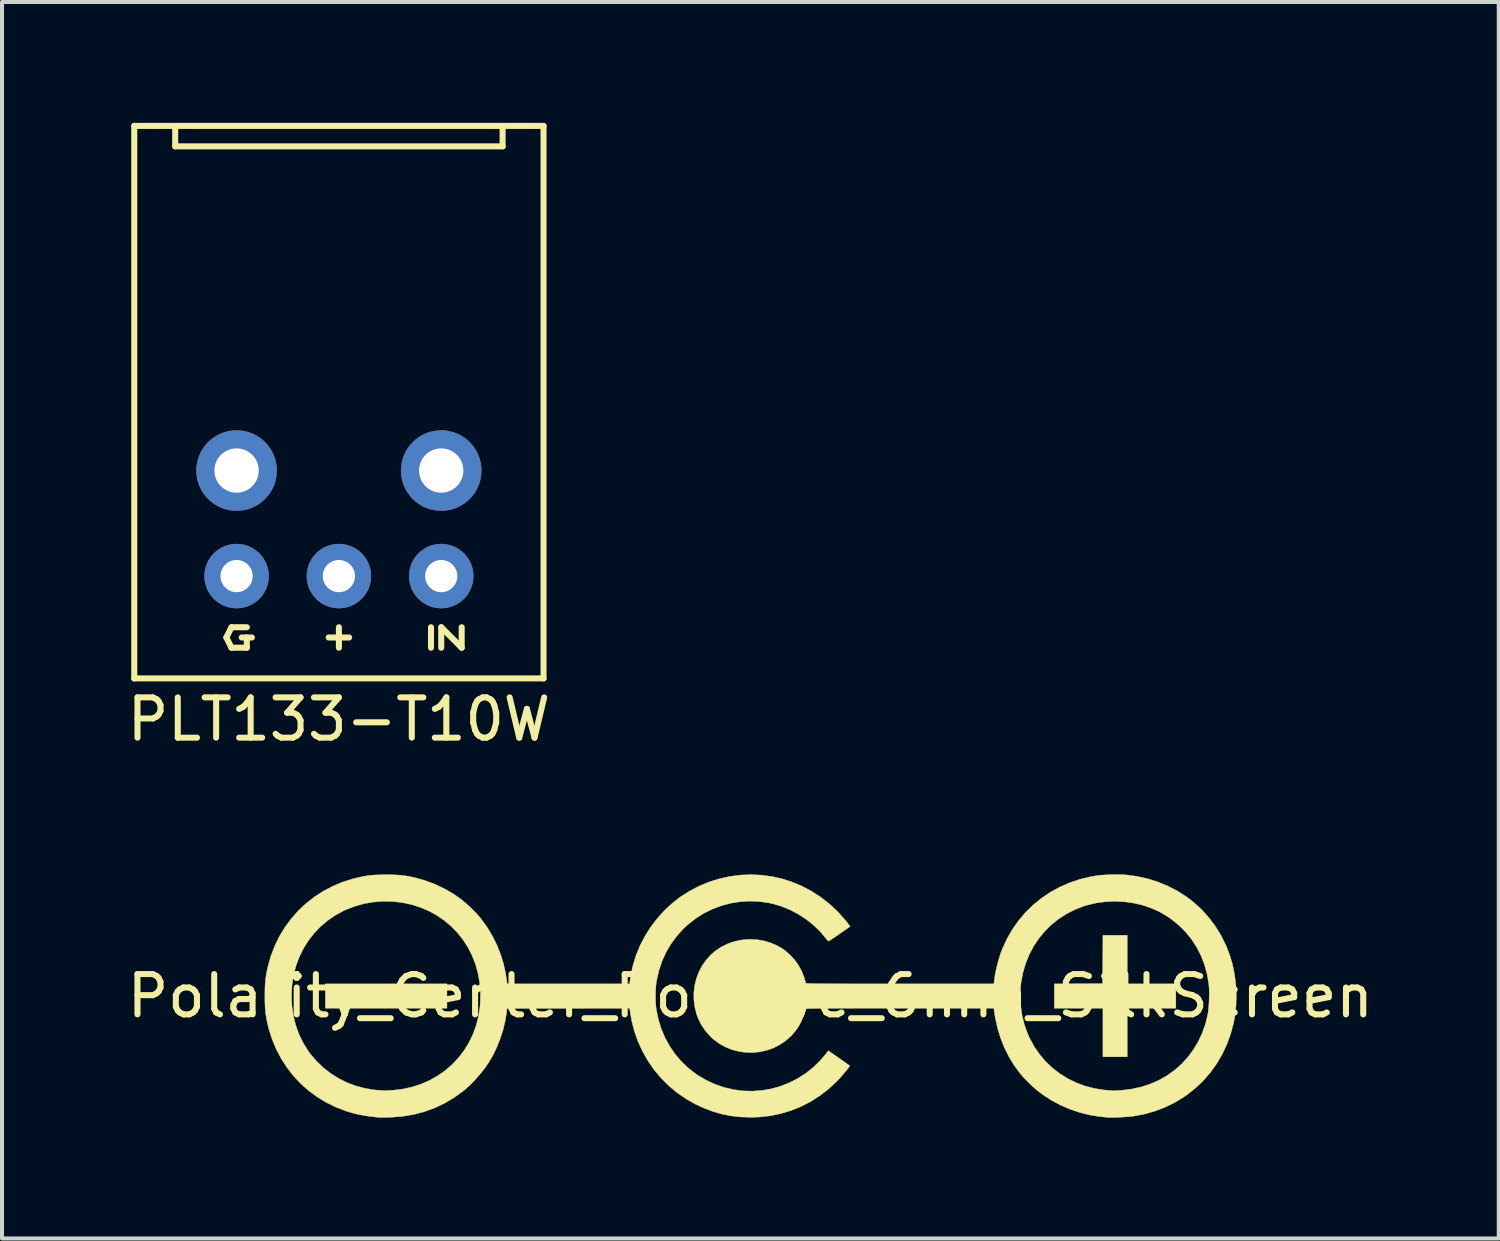
<source format=kicad_pcb>
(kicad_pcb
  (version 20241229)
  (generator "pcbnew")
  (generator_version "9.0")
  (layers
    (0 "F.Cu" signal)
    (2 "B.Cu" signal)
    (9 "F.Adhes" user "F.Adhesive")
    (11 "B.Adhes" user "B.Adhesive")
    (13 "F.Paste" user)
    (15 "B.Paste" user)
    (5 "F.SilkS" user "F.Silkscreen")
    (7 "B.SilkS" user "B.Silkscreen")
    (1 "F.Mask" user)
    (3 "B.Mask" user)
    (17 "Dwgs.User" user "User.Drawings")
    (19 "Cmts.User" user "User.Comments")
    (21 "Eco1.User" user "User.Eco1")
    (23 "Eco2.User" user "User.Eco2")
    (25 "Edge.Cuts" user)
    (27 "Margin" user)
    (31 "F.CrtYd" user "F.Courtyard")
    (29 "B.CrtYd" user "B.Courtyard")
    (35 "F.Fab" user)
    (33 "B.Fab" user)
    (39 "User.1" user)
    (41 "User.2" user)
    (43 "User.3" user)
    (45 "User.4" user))
  (footprint "Polarity_Center_Positive_6mm_SilkScreen"
    (layer "F.Cu")
    (at 15.577 21.676)
    (property "Reference" "Polarity_Center_Positive_6mm_SilkScreen" (at 0 0 0) (layer "F.SilkS") (effects (font (size 1 1) (thickness 0.15))))
    (attr exclude_from_pos_files exclude_from_bom)
    (fp_poly (pts (xy -7.532 0.302) (xy -10.55 0.302) (xy -10.55 -0.302) (xy -7.532 -0.302) (xy -7.532 0.302)) (stroke (width 0.01) (type solid)) (fill yes) (layer "F.SilkS"))
    (fp_poly (pts (xy 9.355 -0.302) (xy 10.562 -0.302) (xy 10.562 0.302) (xy 9.355 0.302) (xy 9.355 1.509) (xy 8.752 1.509) (xy 8.752 0.302) (xy 7.545 0.302) (xy 7.545 -0.302) (xy 8.145 -0.305) (xy 8.745 -0.308) (xy 8.749 -0.908) (xy 8.752 -1.509) (xy 9.355 -1.509) (xy 9.355 -0.302)) (stroke (width 0.01) (type solid)) (fill yes) (layer "F.SilkS"))
    (fp_poly (pts (xy 9.175 -3.015) (xy 9.284 -3.01) (xy 9.337 -3.006) (xy 9.605 -2.97) (xy 9.869 -2.911) (xy 10.125 -2.829) (xy 10.371 -2.727) (xy 10.606 -2.605) (xy 10.827 -2.464) (xy 11.002 -2.329) (xy 11.202 -2.146) (xy 11.382 -1.947) (xy 11.543 -1.733) (xy 11.684 -1.505) (xy 11.803 -1.264) (xy 11.901 -1.012) (xy 11.965 -0.798) (xy 12.018 -0.544) (xy 12.052 -0.282) (xy 12.064 -0.017) (xy 12.056 0.245) (xy 12.027 0.501) (xy 11.995 0.671) (xy 11.923 0.94) (xy 11.83 1.197) (xy 11.715 1.442) (xy 11.581 1.673) (xy 11.426 1.889) (xy 11.252 2.091) (xy 11.06 2.275) (xy 10.85 2.443) (xy 10.762 2.505) (xy 10.53 2.646) (xy 10.288 2.764) (xy 10.035 2.859) (xy 9.771 2.933) (xy 9.515 2.981) (xy 9.451 2.989) (xy 9.371 2.996) (xy 9.282 3.002) (xy 9.188 3.008) (xy 9.095 3.011) (xy 9.008 3.014) (xy 8.933 3.014) (xy 8.874 3.012) (xy 8.852 3.011) (xy 8.821 3.007) (xy 8.773 3.002) (xy 8.714 2.996) (xy 8.676 2.992) (xy 8.428 2.954) (xy 8.179 2.892) (xy 7.933 2.809) (xy 7.695 2.706) (xy 7.466 2.583) (xy 7.252 2.443) (xy 7.123 2.345) (xy 7.041 2.274) (xy 6.951 2.191) (xy 6.861 2.1) (xy 6.775 2.011) (xy 6.703 1.928) (xy 6.694 1.918) (xy 6.548 1.719) (xy 6.417 1.503) (xy 6.303 1.273) (xy 6.208 1.031) (xy 6.132 0.78) (xy 6.077 0.523) (xy 6.066 0.456) (xy 6.044 0.302) (xy 3.713 0.302) (xy 3.419 0.302) (xy 3.148 0.302) (xy 2.901 0.302) (xy 2.677 0.302) (xy 2.474 0.303) (xy 2.291 0.303) (xy 2.129 0.304) (xy 1.985 0.304) (xy 1.859 0.305) (xy 1.749 0.306) (xy 1.656 0.307) (xy 1.578 0.308) (xy 1.515 0.309) (xy 1.464 0.31) (xy 1.426 0.312) (xy 1.4 0.313) (xy 1.384 0.315) (xy 1.378 0.317) (xy 1.378 0.318) (xy 1.327 0.476) (xy 1.271 0.615) (xy 1.207 0.737) (xy 1.133 0.848) (xy 1.046 0.953) (xy 1.007 0.994) (xy 0.871 1.113) (xy 0.724 1.212) (xy 0.567 1.291) (xy 0.402 1.349) (xy 0.232 1.386) (xy 0.058 1.403) (xy -0.115 1.399) (xy -0.288 1.375) (xy -0.456 1.331) (xy -0.618 1.266) (xy -0.772 1.18) (xy -0.915 1.074) (xy -0.997 0.997) (xy -1.119 0.858) (xy -1.218 0.712) (xy -1.295 0.557) (xy -1.327 0.473) (xy -1.375 0.291) (xy -1.4 0.108) (xy -1.402 0.004) (xy 6.702 0.004) (xy 6.713 0.248) (xy 6.745 0.48) (xy 6.8 0.704) (xy 6.878 0.922) (xy 6.935 1.05) (xy 7.048 1.258) (xy 7.181 1.45) (xy 7.331 1.626) (xy 7.498 1.785) (xy 7.681 1.926) (xy 7.877 2.048) (xy 8.086 2.151) (xy 8.306 2.233) (xy 8.536 2.293) (xy 8.775 2.331) (xy 8.915 2.343) (xy 8.96 2.346) (xy 9 2.348) (xy 9.016 2.349) (xy 9.04 2.349) (xy 9.083 2.347) (xy 9.14 2.344) (xy 9.205 2.34) (xy 9.219 2.339) (xy 9.466 2.309) (xy 9.703 2.257) (xy 9.929 2.183) (xy 10.143 2.089) (xy 10.343 1.975) (xy 10.53 1.841) (xy 10.702 1.69) (xy 10.857 1.522) (xy 10.995 1.337) (xy 11.115 1.137) (xy 11.216 0.923) (xy 11.297 0.695) (xy 11.349 0.49) (xy 11.365 0.396) (xy 11.377 0.284) (xy 11.386 0.16) (xy 11.391 0.033) (xy 11.392 -0.091) (xy 11.388 -0.205) (xy 11.38 -0.298) (xy 11.338 -0.545) (xy 11.274 -0.779) (xy 11.188 -1.002) (xy 11.08 -1.212) (xy 10.952 -1.409) (xy 10.803 -1.592) (xy 10.634 -1.76) (xy 10.445 -1.913) (xy 10.361 -1.971) (xy 10.169 -2.085) (xy 9.963 -2.179) (xy 9.747 -2.253) (xy 9.522 -2.307) (xy 9.291 -2.34) (xy 9.058 -2.352) (xy 8.824 -2.343) (xy 8.592 -2.312) (xy 8.366 -2.259) (xy 8.274 -2.231) (xy 8.05 -2.144) (xy 7.841 -2.036) (xy 7.645 -1.909) (xy 7.465 -1.764) (xy 7.302 -1.601) (xy 7.156 -1.423) (xy 7.028 -1.23) (xy 6.92 -1.024) (xy 6.832 -0.805) (xy 6.765 -0.575) (xy 6.72 -0.335) (xy 6.715 -0.302) (xy 6.711 -0.25) (xy 6.707 -0.181) (xy 6.704 -0.103) (xy 6.702 -0.023) (xy 6.702 0.004) (xy -1.402 0.004) (xy -1.403 -0.074) (xy -1.383 -0.253) (xy -1.342 -0.427) (xy -1.28 -0.594) (xy -1.198 -0.751) (xy -1.096 -0.896) (xy -0.976 -1.028) (xy -0.864 -1.124) (xy -0.713 -1.223) (xy -0.551 -1.302) (xy -0.381 -1.359) (xy -0.205 -1.394) (xy -0.025 -1.408) (xy 0.154 -1.401) (xy 0.332 -1.371) (xy 0.506 -1.32) (xy 0.673 -1.247) (xy 0.811 -1.166) (xy 0.853 -1.135) (xy 0.904 -1.092) (xy 0.957 -1.045) (xy 0.99 -1.014) (xy 1.099 -0.897) (xy 1.19 -0.771) (xy 1.267 -0.632) (xy 1.33 -0.478) (xy 1.378 -0.318) (xy 1.383 -0.316) (xy 1.398 -0.314) (xy 1.423 -0.312) (xy 1.459 -0.311) (xy 1.508 -0.309) (xy 1.57 -0.308) (xy 1.646 -0.307) (xy 1.737 -0.306) (xy 1.845 -0.305) (xy 1.969 -0.304) (xy 2.11 -0.304) (xy 2.271 -0.303) (xy 2.451 -0.303) (xy 2.651 -0.302) (xy 2.873 -0.302) (xy 3.117 -0.302) (xy 3.384 -0.302) (xy 3.676 -0.302) (xy 6.046 -0.302) (xy 6.054 -0.38) (xy 6.077 -0.538) (xy 6.112 -0.707) (xy 6.157 -0.879) (xy 6.208 -1.044) (xy 6.257 -1.174) (xy 6.371 -1.422) (xy 6.506 -1.655) (xy 6.659 -1.873) (xy 6.83 -2.075) (xy 7.018 -2.259) (xy 7.221 -2.425) (xy 7.44 -2.573) (xy 7.672 -2.701) (xy 7.917 -2.809) (xy 8.173 -2.896) (xy 8.44 -2.961) (xy 8.593 -2.987) (xy 8.689 -2.999) (xy 8.803 -3.007) (xy 8.927 -3.013) (xy 9.053 -3.015) (xy 9.175 -3.015)) (stroke (width 0.01) (type solid)) (fill yes) (layer "F.SilkS"))
    (fp_poly (pts (xy 0.284 -3.001) (xy 0.547 -2.965) (xy 0.807 -2.905) (xy 1.012 -2.839) (xy 1.268 -2.734) (xy 1.512 -2.606) (xy 1.744 -2.457) (xy 1.961 -2.288) (xy 2.163 -2.1) (xy 2.349 -1.893) (xy 2.443 -1.772) (xy 2.477 -1.727) (xy 2.217 -1.546) (xy 2.145 -1.496) (xy 2.079 -1.452) (xy 2.023 -1.414) (xy 1.98 -1.386) (xy 1.951 -1.369) (xy 1.941 -1.364) (xy 1.927 -1.374) (xy 1.903 -1.398) (xy 1.876 -1.432) (xy 1.733 -1.602) (xy 1.57 -1.759) (xy 1.391 -1.902) (xy 1.198 -2.028) (xy 0.995 -2.136) (xy 0.783 -2.224) (xy 0.568 -2.289) (xy 0.458 -2.313) (xy 0.217 -2.347) (xy -0.023 -2.356) (xy -0.261 -2.341) (xy -0.494 -2.303) (xy -0.722 -2.242) (xy -0.943 -2.159) (xy -1.154 -2.055) (xy -1.354 -1.929) (xy -1.542 -1.782) (xy -1.66 -1.672) (xy -1.826 -1.49) (xy -1.969 -1.296) (xy -2.091 -1.09) (xy -2.191 -0.872) (xy -2.268 -0.641) (xy -2.324 -0.398) (xy -2.334 -0.34) (xy -2.346 -0.243) (xy -2.352 -0.129) (xy -2.355 -0.007) (xy -2.353 0.115) (xy -2.347 0.229) (xy -2.336 0.328) (xy -2.334 0.338) (xy -2.284 0.58) (xy -2.212 0.813) (xy -2.118 1.035) (xy -2.003 1.244) (xy -1.869 1.44) (xy -1.716 1.62) (xy -1.545 1.784) (xy -1.356 1.931) (xy -1.308 1.964) (xy -1.098 2.088) (xy -0.88 2.189) (xy -0.654 2.267) (xy -0.423 2.322) (xy -0.189 2.354) (xy 0.047 2.361) (xy 0.283 2.344) (xy 0.518 2.304) (xy 0.735 2.244) (xy 0.963 2.155) (xy 1.178 2.045) (xy 1.381 1.915) (xy 1.569 1.764) (xy 1.741 1.595) (xy 1.845 1.474) (xy 1.938 1.357) (xy 1.997 1.399) (xy 2.026 1.42) (xy 2.071 1.451) (xy 2.128 1.491) (xy 2.193 1.536) (xy 2.26 1.583) (xy 2.323 1.627) (xy 2.378 1.666) (xy 2.422 1.698) (xy 2.451 1.72) (xy 2.464 1.732) (xy 2.465 1.732) (xy 2.457 1.749) (xy 2.434 1.781) (xy 2.401 1.825) (xy 2.359 1.877) (xy 2.311 1.934) (xy 2.261 1.993) (xy 2.21 2.049) (xy 2.162 2.1) (xy 2.144 2.118) (xy 1.941 2.307) (xy 1.724 2.474) (xy 1.496 2.62) (xy 1.257 2.743) (xy 1.009 2.843) (xy 0.751 2.92) (xy 0.486 2.974) (xy 0.214 3.004) (xy 0.013 3.01) (xy -0.244 3.001) (xy -0.486 2.974) (xy -0.719 2.927) (xy -0.947 2.86) (xy -1.175 2.772) (xy -1.349 2.691) (xy -1.587 2.558) (xy -1.811 2.404) (xy -2.02 2.232) (xy -2.212 2.041) (xy -2.386 1.834) (xy -2.541 1.611) (xy -2.676 1.374) (xy -2.789 1.127) (xy -2.878 0.876) (xy -2.944 0.619) (xy -2.97 0.477) (xy -2.998 0.302) (xy -6.042 0.308) (xy -6.051 0.396) (xy -6.084 0.609) (xy -6.137 0.829) (xy -6.207 1.05) (xy -6.292 1.265) (xy -6.39 1.469) (xy -6.494 1.647) (xy -6.592 1.789) (xy -6.704 1.931) (xy -6.825 2.07) (xy -6.95 2.199) (xy -7.074 2.313) (xy -7.133 2.362) (xy -7.359 2.524) (xy -7.594 2.663) (xy -7.838 2.778) (xy -8.093 2.871) (xy -8.357 2.94) (xy -8.631 2.986) (xy -8.914 3.009) (xy -8.972 3.01) (xy -9.049 3.012) (xy -9.12 3.012) (xy -9.181 3.012) (xy -9.227 3.012) (xy -9.248 3.01) (xy -9.419 2.991) (xy -9.571 2.969) (xy -9.71 2.943) (xy -9.843 2.912) (xy -9.976 2.874) (xy -10.041 2.853) (xy -10.291 2.758) (xy -10.529 2.641) (xy -10.754 2.504) (xy -10.965 2.349) (xy -11.161 2.175) (xy -11.34 1.984) (xy -11.501 1.777) (xy -11.644 1.556) (xy -11.768 1.322) (xy -11.871 1.075) (xy -11.953 0.817) (xy -11.97 0.752) (xy -11.995 0.641) (xy -12.015 0.541) (xy -12.03 0.446) (xy -12.041 0.351) (xy -12.047 0.249) (xy -12.051 0.134) (xy -12.052 0) (xy -12.052 -0.006) (xy -11.392 -0.006) (xy -11.381 0.243) (xy -11.346 0.486) (xy -11.288 0.719) (xy -11.208 0.942) (xy -11.106 1.155) (xy -10.982 1.356) (xy -10.929 1.429) (xy -10.776 1.61) (xy -10.607 1.774) (xy -10.423 1.918) (xy -10.225 2.043) (xy -10.015 2.148) (xy -9.794 2.231) (xy -9.565 2.292) (xy -9.33 2.33) (xy -9.236 2.338) (xy -9.177 2.342) (xy -9.126 2.346) (xy -9.088 2.348) (xy -9.072 2.349) (xy -9.051 2.349) (xy -9.01 2.347) (xy -8.955 2.344) (xy -8.89 2.34) (xy -8.872 2.339) (xy -8.627 2.309) (xy -8.393 2.257) (xy -8.169 2.184) (xy -7.956 2.09) (xy -7.757 1.977) (xy -7.571 1.846) (xy -7.401 1.698) (xy -7.246 1.533) (xy -7.108 1.354) (xy -6.989 1.16) (xy -6.888 0.954) (xy -6.808 0.735) (xy -6.749 0.505) (xy -6.712 0.266) (xy -6.704 0.17) (xy -6.699 -0.079) (xy -6.718 -0.322) (xy -6.759 -0.557) (xy -6.821 -0.784) (xy -6.905 -1) (xy -7.009 -1.206) (xy -7.133 -1.399) (xy -7.276 -1.578) (xy -7.437 -1.742) (xy -7.616 -1.89) (xy -7.812 -2.021) (xy -7.966 -2.104) (xy -8.185 -2.199) (xy -8.412 -2.272) (xy -8.646 -2.321) (xy -8.883 -2.348) (xy -9.122 -2.352) (xy -9.361 -2.333) (xy -9.596 -2.292) (xy -9.826 -2.227) (xy -10.048 -2.14) (xy -10.094 -2.119) (xy -10.304 -2.005) (xy -10.497 -1.872) (xy -10.674 -1.722) (xy -10.833 -1.555) (xy -10.974 -1.374) (xy -11.096 -1.178) (xy -11.198 -0.97) (xy -11.28 -0.751) (xy -11.339 -0.522) (xy -11.377 -0.285) (xy -11.392 -0.039) (xy -11.392 -0.006) (xy -12.052 -0.006) (xy -12.051 -0.134) (xy -12.048 -0.249) (xy -12.041 -0.351) (xy -12.031 -0.446) (xy -12.016 -0.541) (xy -11.996 -0.641) (xy -11.975 -0.736) (xy -11.901 -0.997) (xy -11.805 -1.248) (xy -11.688 -1.486) (xy -11.551 -1.712) (xy -11.395 -1.922) (xy -11.222 -2.118) (xy -11.031 -2.297) (xy -10.825 -2.458) (xy -10.605 -2.602) (xy -10.37 -2.725) (xy -10.123 -2.829) (xy -9.865 -2.91) (xy -9.745 -2.94) (xy -9.642 -2.962) (xy -9.55 -2.98) (xy -9.465 -2.992) (xy -9.379 -3.001) (xy -9.288 -3.007) (xy -9.184 -3.01) (xy -9.063 -3.011) (xy -9.035 -3.011) (xy -8.9 -3.01) (xy -8.784 -3.006) (xy -8.681 -2.999) (xy -8.584 -2.988) (xy -8.486 -2.972) (xy -8.383 -2.951) (xy -8.312 -2.935) (xy -8.067 -2.865) (xy -7.825 -2.774) (xy -7.591 -2.663) (xy -7.37 -2.534) (xy -7.178 -2.399) (xy -7.087 -2.324) (xy -6.988 -2.236) (xy -6.889 -2.141) (xy -6.796 -2.045) (xy -6.716 -1.954) (xy -6.696 -1.93) (xy -6.545 -1.725) (xy -6.411 -1.504) (xy -6.295 -1.272) (xy -6.199 -1.031) (xy -6.124 -0.786) (xy -6.072 -0.54) (xy -6.061 -0.465) (xy -6.054 -0.413) (xy -6.047 -0.367) (xy -6.042 -0.335) (xy -6.041 -0.33) (xy -6.035 -0.302) (xy -2.993 -0.302) (xy -2.993 -0.332) (xy -2.99 -0.364) (xy -2.983 -0.415) (xy -2.972 -0.48) (xy -2.959 -0.553) (xy -2.944 -0.627) (xy -2.929 -0.699) (xy -2.914 -0.761) (xy -2.911 -0.772) (xy -2.834 -1.02) (xy -2.733 -1.263) (xy -2.61 -1.497) (xy -2.468 -1.721) (xy -2.306 -1.932) (xy -2.127 -2.129) (xy -1.932 -2.309) (xy -1.735 -2.462) (xy -1.507 -2.607) (xy -1.269 -2.731) (xy -1.022 -2.833) (xy -0.768 -2.912) (xy -0.508 -2.969) (xy -0.245 -3.003) (xy 0.019 -3.014) (xy 0.284 -3.001)) (stroke (width 0.01) (type solid)) (fill yes) (layer "F.SilkS")))
  (footprint "PLT133-T10W"
    (layer "F.Cu")
    (at 5.363 11.251)
    (property "Reference" "PLT133-T10W" (at 0 3.556 0) (layer "F.SilkS") (effects (font (size 1 1) (thickness 0.15))))
    (attr through_hole)
    (fp_line (start -5.08 -11.176) (end 5.08 -11.176) (stroke (width 0.15) (type solid)) (layer "F.SilkS"))
    (fp_line (start -5.08 2.54) (end -5.08 -11.176) (stroke (width 0.15) (type solid)) (layer "F.SilkS"))
    (fp_line (start -4.064 -11.176) (end -4.064 -10.668) (stroke (width 0.15) (type solid)) (layer "F.SilkS"))
    (fp_line (start -4.064 -10.668) (end 4.064 -10.668) (stroke (width 0.15) (type solid)) (layer "F.SilkS"))
    (fp_line (start -2.794 1.524) (end -2.667 1.778) (stroke (width 0.15) (type solid)) (layer "F.SilkS"))
    (fp_line (start -2.667 1.27) (end -2.794 1.524) (stroke (width 0.15) (type solid)) (layer "F.SilkS"))
    (fp_line (start -2.667 1.778) (end -2.286 1.778) (stroke (width 0.15) (type solid)) (layer "F.SilkS"))
    (fp_line (start -2.413 1.524) (end -2.159 1.524) (stroke (width 0.15) (type solid)) (layer "F.SilkS"))
    (fp_line (start -2.286 1.27) (end -2.667 1.27) (stroke (width 0.15) (type solid)) (layer "F.SilkS"))
    (fp_line (start -2.286 1.778) (end -2.286 1.524) (stroke (width 0.15) (type solid)) (layer "F.SilkS"))
    (fp_line (start -0.254 1.524) (end 0.254 1.524) (stroke (width 0.15) (type solid)) (layer "F.SilkS"))
    (fp_line (start 0 1.27) (end 0 1.778) (stroke (width 0.15) (type solid)) (layer "F.SilkS"))
    (fp_line (start 2.286 1.27) (end 2.286 1.778) (stroke (width 0.15) (type solid)) (layer "F.SilkS"))
    (fp_line (start 2.54 1.27) (end 3.048 1.778) (stroke (width 0.15) (type solid)) (layer "F.SilkS"))
    (fp_line (start 2.54 1.778) (end 2.54 1.27) (stroke (width 0.15) (type solid)) (layer "F.SilkS"))
    (fp_line (start 3.048 1.778) (end 3.048 1.27) (stroke (width 0.15) (type solid)) (layer "F.SilkS"))
    (fp_line (start 4.064 -10.668) (end 4.064 -11.176) (stroke (width 0.15) (type solid)) (layer "F.SilkS"))
    (fp_line (start 5.08 -11.176) (end 5.08 2.54) (stroke (width 0.15) (type solid)) (layer "F.SilkS"))
    (fp_line (start 5.08 2.54) (end -5.08 2.54) (stroke (width 0.15) (type solid)) (layer "F.SilkS"))
    (pad "" thru_hole circle (at -2.54 -2.62) (size 2 2) (drill 1.1) (layers "*.Cu" "*.Mask"))
    (pad "" thru_hole circle (at 2.54 -2.62) (size 2 2) (drill 1.1) (layers "*.Cu" "*.Mask"))
    (pad "1" thru_hole circle (at 2.54 0) (size 1.6 1.6) (drill 0.8) (layers "*.Cu" "*.Mask"))
    (pad "2" thru_hole circle (at 0 0) (size 1.6 1.6) (drill 0.8) (layers "*.Cu" "*.Mask"))
    (pad "3" thru_hole circle (at -2.54 0) (size 1.6 1.6) (drill 0.8) (layers "*.Cu" "*.Mask")))
  (gr_rect
    (start -3 -3)
    (end 34.155 27.695)
    (stroke (width 0.1) (type default))
    (fill no)
    (layer "Edge.Cuts")))
</source>
